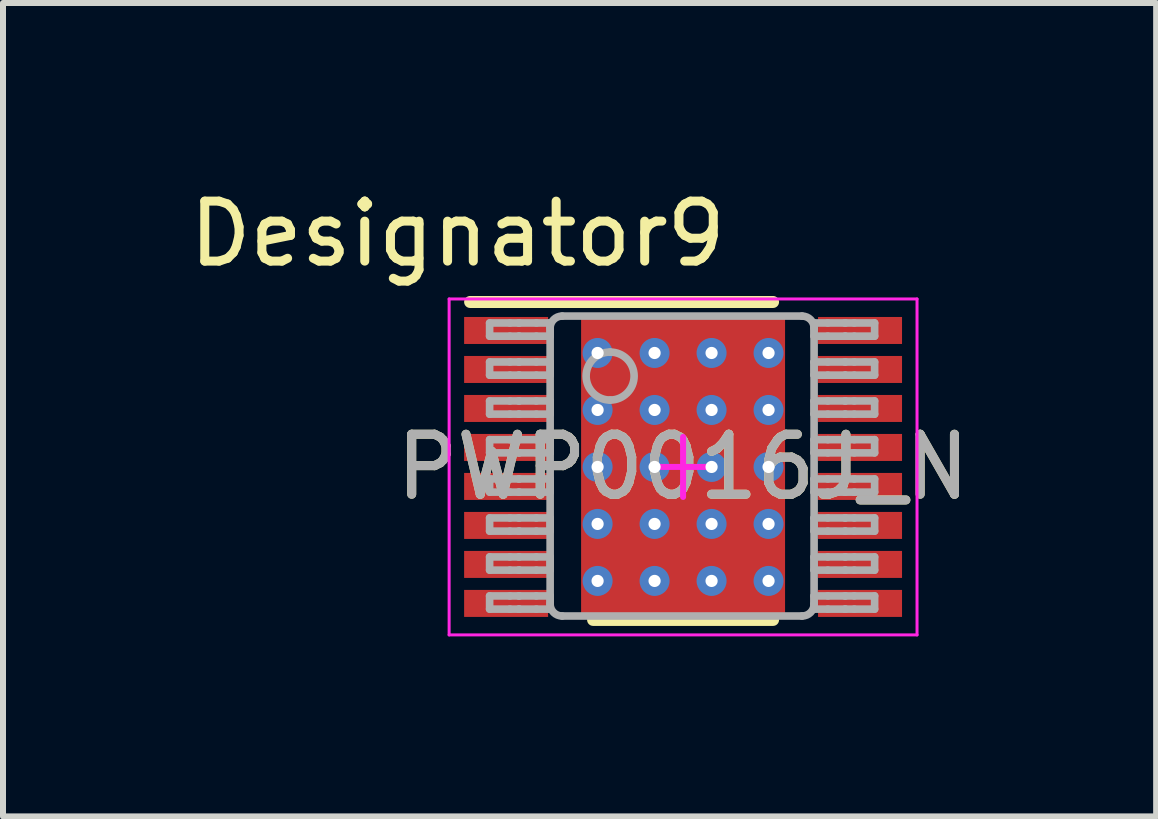
<source format=kicad_pcb>
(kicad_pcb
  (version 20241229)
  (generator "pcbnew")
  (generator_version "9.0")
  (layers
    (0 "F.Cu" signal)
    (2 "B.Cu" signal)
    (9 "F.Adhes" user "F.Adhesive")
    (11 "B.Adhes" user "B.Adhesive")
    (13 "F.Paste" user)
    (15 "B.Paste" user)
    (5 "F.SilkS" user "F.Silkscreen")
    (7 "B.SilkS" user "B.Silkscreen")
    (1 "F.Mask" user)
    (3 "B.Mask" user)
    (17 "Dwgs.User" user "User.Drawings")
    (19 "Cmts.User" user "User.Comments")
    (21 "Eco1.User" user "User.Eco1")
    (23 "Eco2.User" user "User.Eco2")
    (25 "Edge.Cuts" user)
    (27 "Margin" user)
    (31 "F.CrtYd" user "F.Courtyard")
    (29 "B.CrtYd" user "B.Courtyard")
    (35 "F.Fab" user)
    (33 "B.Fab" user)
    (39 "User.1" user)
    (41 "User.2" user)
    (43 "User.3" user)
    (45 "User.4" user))
  (footprint "PWP0016J_N"
    (layer "F.Cu")
    (at 8.337 4.734)
    (property "Reference" "PWP0016J_N" (at 0 0 0) (unlocked yes) (layer "F.SilkS") (effects (font (size 1 1) (thickness 0.15))))
    (attr through_hole)
    (fp_poly (pts (xy -1.23 1.726) (xy -1.23 -1.726) (xy -1.229 -1.735) (xy -1.226 -1.745) (xy -1.222 -1.753) (xy -1.216 -1.761) (xy -1.208 -1.767) (xy -1.2 -1.771) (xy -1.19 -1.774) (xy -1.181 -1.775) (xy 1.181 -1.775) (xy 1.19 -1.774) (xy 1.2 -1.771) (xy 1.208 -1.767) (xy 1.216 -1.761) (xy 1.222 -1.753) (xy 1.226 -1.745) (xy 1.229 -1.735) (xy 1.23 -1.726) (xy 1.23 1.726) (xy 1.229 1.735) (xy 1.226 1.745) (xy 1.222 1.753) (xy 1.216 1.761) (xy 1.208 1.767) (xy 1.2 1.771) (xy 1.19 1.774) (xy 1.181 1.775) (xy -1.181 1.775) (xy -1.19 1.774) (xy -1.2 1.771) (xy -1.208 1.767) (xy -1.216 1.761) (xy -1.222 1.753) (xy -1.226 1.745) (xy -1.229 1.735)) (stroke (width 0) (type solid)) (fill yes) (layer "F.Mask"))
    (fp_line (start -3.55 -2.75) (end 1.5 -2.75) (stroke (width 0.2) (type solid)) (layer "F.SilkS"))
    (fp_line (start -1.5 2.55) (end 1.5 2.55) (stroke (width 0.2) (type solid)) (layer "F.SilkS"))
    (fp_poly (pts (xy -1.23 1.726) (xy -1.23 -1.726) (xy -1.229 -1.735) (xy -1.226 -1.745) (xy -1.222 -1.753) (xy -1.216 -1.761) (xy -1.208 -1.767) (xy -1.2 -1.771) (xy -1.19 -1.774) (xy -1.181 -1.775) (xy 1.181 -1.775) (xy 1.19 -1.774) (xy 1.2 -1.771) (xy 1.208 -1.767) (xy 1.216 -1.761) (xy 1.222 -1.753) (xy 1.226 -1.745) (xy 1.229 -1.735) (xy 1.23 -1.726) (xy 1.23 1.726) (xy 1.229 1.735) (xy 1.226 1.745) (xy 1.222 1.753) (xy 1.216 1.761) (xy 1.208 1.767) (xy 1.2 1.771) (xy 1.19 1.774) (xy 1.181 1.775) (xy -1.181 1.775) (xy -1.19 1.774) (xy -1.2 1.771) (xy -1.208 1.767) (xy -1.216 1.761) (xy -1.222 1.753) (xy -1.226 1.745) (xy -1.229 1.735)) (stroke (width 0) (type solid)) (fill yes) (layer "F.Paste"))
    (fp_line (start -3.9 -2.8) (end 3.9 -2.8) (stroke (width 0.05) (type solid)) (layer "F.CrtYd"))
    (fp_line (start -3.9 2.8) (end -3.9 -2.8) (stroke (width 0.05) (type solid)) (layer "F.CrtYd"))
    (fp_line (start -3.9 2.8) (end 3.9 2.8) (stroke (width 0.05) (type solid)) (layer "F.CrtYd"))
    (fp_line (start -0.5 0) (end 0.5 0) (stroke (width 0.1) (type solid)) (layer "F.CrtYd"))
    (fp_line (start -0.000003 0.5) (end -0.000003 -0.5) (stroke (width 0.1) (type solid)) (layer "F.CrtYd"))
    (fp_line (start 3.9 2.8) (end 3.9 -2.8) (stroke (width 0.05) (type solid)) (layer "F.CrtYd"))
    (fp_line (start -3.225 -2.4) (end -2.887 -2.4) (stroke (width 0.127) (type solid)) (layer "F.Fab"))
    (fp_line (start -3.225 -2.18) (end -3.225 -2.4) (stroke (width 0.127) (type solid)) (layer "F.Fab"))
    (fp_line (start -3.225 -2.18) (end -2.887 -2.18) (stroke (width 0.127) (type solid)) (layer "F.Fab"))
    (fp_line (start -3.225 -1.75) (end -2.887 -1.75) (stroke (width 0.127) (type solid)) (layer "F.Fab"))
    (fp_line (start -3.225 -1.53) (end -3.225 -1.75) (stroke (width 0.127) (type solid)) (layer "F.Fab"))
    (fp_line (start -3.225 -1.53) (end -2.887 -1.53) (stroke (width 0.127) (type solid)) (layer "F.Fab"))
    (fp_line (start -3.225 -1.1) (end -2.887 -1.1) (stroke (width 0.127) (type solid)) (layer "F.Fab"))
    (fp_line (start -3.225 -0.88) (end -3.225 -1.1) (stroke (width 0.127) (type solid)) (layer "F.Fab"))
    (fp_line (start -3.225 -0.88) (end -2.887 -0.88) (stroke (width 0.127) (type solid)) (layer "F.Fab"))
    (fp_line (start -3.225 -0.455) (end -2.887 -0.455) (stroke (width 0.127) (type solid)) (layer "F.Fab"))
    (fp_line (start -3.225 -0.235) (end -3.225 -0.455) (stroke (width 0.127) (type solid)) (layer "F.Fab"))
    (fp_line (start -3.225 -0.235) (end -2.887 -0.235) (stroke (width 0.127) (type solid)) (layer "F.Fab"))
    (fp_line (start -3.225 0.2) (end -2.887 0.2) (stroke (width 0.127) (type solid)) (layer "F.Fab"))
    (fp_line (start -3.225 0.42) (end -3.225 0.2) (stroke (width 0.127) (type solid)) (layer "F.Fab"))
    (fp_line (start -3.225 0.42) (end -2.887 0.42) (stroke (width 0.127) (type solid)) (layer "F.Fab"))
    (fp_line (start -3.225 0.85) (end -2.887 0.85) (stroke (width 0.127) (type solid)) (layer "F.Fab"))
    (fp_line (start -3.225 1.07) (end -3.225 0.85) (stroke (width 0.127) (type solid)) (layer "F.Fab"))
    (fp_line (start -3.225 1.07) (end -2.887 1.07) (stroke (width 0.127) (type solid)) (layer "F.Fab"))
    (fp_line (start -3.225 1.5) (end -2.887 1.5) (stroke (width 0.127) (type solid)) (layer "F.Fab"))
    (fp_line (start -3.225 1.72) (end -3.225 1.5) (stroke (width 0.127) (type solid)) (layer "F.Fab"))
    (fp_line (start -3.225 1.72) (end -2.887 1.72) (stroke (width 0.127) (type solid)) (layer "F.Fab"))
    (fp_line (start -3.225 2.15) (end -2.887 2.15) (stroke (width 0.127) (type solid)) (layer "F.Fab"))
    (fp_line (start -3.225 2.37) (end -3.225 2.15) (stroke (width 0.127) (type solid)) (layer "F.Fab"))
    (fp_line (start -3.225 2.37) (end -2.887 2.37) (stroke (width 0.127) (type solid)) (layer "F.Fab"))
    (fp_line (start -2.887 -2.4) (end -2.739 -2.4) (stroke (width 0.127) (type solid)) (layer "F.Fab"))
    (fp_line (start -2.887 -2.18) (end -2.739 -2.18) (stroke (width 0.127) (type solid)) (layer "F.Fab"))
    (fp_line (start -2.887 -1.75) (end -2.739 -1.75) (stroke (width 0.127) (type solid)) (layer "F.Fab"))
    (fp_line (start -2.887 -1.53) (end -2.739 -1.53) (stroke (width 0.127) (type solid)) (layer "F.Fab"))
    (fp_line (start -2.887 -1.1) (end -2.739 -1.1) (stroke (width 0.127) (type solid)) (layer "F.Fab"))
    (fp_line (start -2.887 -0.88) (end -2.739 -0.88) (stroke (width 0.127) (type solid)) (layer "F.Fab"))
    (fp_line (start -2.887 -0.455) (end -2.739 -0.455) (stroke (width 0.127) (type solid)) (layer "F.Fab"))
    (fp_line (start -2.887 -0.235) (end -2.739 -0.235) (stroke (width 0.127) (type solid)) (layer "F.Fab"))
    (fp_line (start -2.887 0.2) (end -2.739 0.2) (stroke (width 0.127) (type solid)) (layer "F.Fab"))
    (fp_line (start -2.887 0.42) (end -2.739 0.42) (stroke (width 0.127) (type solid)) (layer "F.Fab"))
    (fp_line (start -2.887 0.85) (end -2.739 0.85) (stroke (width 0.127) (type solid)) (layer "F.Fab"))
    (fp_line (start -2.887 1.07) (end -2.739 1.07) (stroke (width 0.127) (type solid)) (layer "F.Fab"))
    (fp_line (start -2.887 1.5) (end -2.739 1.5) (stroke (width 0.127) (type solid)) (layer "F.Fab"))
    (fp_line (start -2.887 1.72) (end -2.739 1.72) (stroke (width 0.127) (type solid)) (layer "F.Fab"))
    (fp_line (start -2.887 2.15) (end -2.739 2.15) (stroke (width 0.127) (type solid)) (layer "F.Fab"))
    (fp_line (start -2.887 2.37) (end -2.739 2.37) (stroke (width 0.127) (type solid)) (layer "F.Fab"))
    (fp_line (start -2.739 -2.4) (end -2.73 -2.4) (stroke (width 0.127) (type solid)) (layer "F.Fab"))
    (fp_line (start -2.739 -2.18) (end -2.73 -2.18) (stroke (width 0.127) (type solid)) (layer "F.Fab"))
    (fp_line (start -2.739 -1.75) (end -2.73 -1.75) (stroke (width 0.127) (type solid)) (layer "F.Fab"))
    (fp_line (start -2.739 -1.53) (end -2.73 -1.53) (stroke (width 0.127) (type solid)) (layer "F.Fab"))
    (fp_line (start -2.739 -1.1) (end -2.73 -1.1) (stroke (width 0.127) (type solid)) (layer "F.Fab"))
    (fp_line (start -2.739 -0.88) (end -2.73 -0.88) (stroke (width 0.127) (type solid)) (layer "F.Fab"))
    (fp_line (start -2.739 -0.455) (end -2.73 -0.455) (stroke (width 0.127) (type solid)) (layer "F.Fab"))
    (fp_line (start -2.739 -0.235) (end -2.73 -0.235) (stroke (width 0.127) (type solid)) (layer "F.Fab"))
    (fp_line (start -2.739 0.2) (end -2.73 0.2) (stroke (width 0.127) (type solid)) (layer "F.Fab"))
    (fp_line (start -2.739 0.42) (end -2.73 0.42) (stroke (width 0.127) (type solid)) (layer "F.Fab"))
    (fp_line (start -2.739 0.85) (end -2.73 0.85) (stroke (width 0.127) (type solid)) (layer "F.Fab"))
    (fp_line (start -2.739 1.07) (end -2.73 1.07) (stroke (width 0.127) (type solid)) (layer "F.Fab"))
    (fp_line (start -2.739 1.5) (end -2.73 1.5) (stroke (width 0.127) (type solid)) (layer "F.Fab"))
    (fp_line (start -2.739 1.72) (end -2.73 1.72) (stroke (width 0.127) (type solid)) (layer "F.Fab"))
    (fp_line (start -2.739 2.15) (end -2.73 2.15) (stroke (width 0.127) (type solid)) (layer "F.Fab"))
    (fp_line (start -2.739 2.37) (end -2.73 2.37) (stroke (width 0.127) (type solid)) (layer "F.Fab"))
    (fp_line (start -2.73 -2.4) (end -2.446 -2.4) (stroke (width 0.127) (type solid)) (layer "F.Fab"))
    (fp_line (start -2.73 -2.18) (end -2.446 -2.18) (stroke (width 0.127) (type solid)) (layer "F.Fab"))
    (fp_line (start -2.73 -1.75) (end -2.446 -1.75) (stroke (width 0.127) (type solid)) (layer "F.Fab"))
    (fp_line (start -2.73 -1.53) (end -2.446 -1.53) (stroke (width 0.127) (type solid)) (layer "F.Fab"))
    (fp_line (start -2.73 -1.1) (end -2.446 -1.1) (stroke (width 0.127) (type solid)) (layer "F.Fab"))
    (fp_line (start -2.73 -0.88) (end -2.446 -0.88) (stroke (width 0.127) (type solid)) (layer "F.Fab"))
    (fp_line (start -2.73 -0.455) (end -2.446 -0.455) (stroke (width 0.127) (type solid)) (layer "F.Fab"))
    (fp_line (start -2.73 -0.235) (end -2.446 -0.235) (stroke (width 0.127) (type solid)) (layer "F.Fab"))
    (fp_line (start -2.73 0.2) (end -2.446 0.2) (stroke (width 0.127) (type solid)) (layer "F.Fab"))
    (fp_line (start -2.73 0.42) (end -2.446 0.42) (stroke (width 0.127) (type solid)) (layer "F.Fab"))
    (fp_line (start -2.73 0.85) (end -2.446 0.85) (stroke (width 0.127) (type solid)) (layer "F.Fab"))
    (fp_line (start -2.73 1.07) (end -2.446 1.07) (stroke (width 0.127) (type solid)) (layer "F.Fab"))
    (fp_line (start -2.73 1.5) (end -2.446 1.5) (stroke (width 0.127) (type solid)) (layer "F.Fab"))
    (fp_line (start -2.73 1.72) (end -2.446 1.72) (stroke (width 0.127) (type solid)) (layer "F.Fab"))
    (fp_line (start -2.73 2.15) (end -2.446 2.15) (stroke (width 0.127) (type solid)) (layer "F.Fab"))
    (fp_line (start -2.73 2.37) (end -2.446 2.37) (stroke (width 0.127) (type solid)) (layer "F.Fab"))
    (fp_line (start -2.446 -2.4) (end -2.216 -2.4) (stroke (width 0.127) (type solid)) (layer "F.Fab"))
    (fp_line (start -2.446 -2.18) (end -2.216 -2.18) (stroke (width 0.127) (type solid)) (layer "F.Fab"))
    (fp_line (start -2.446 -1.75) (end -2.216 -1.75) (stroke (width 0.127) (type solid)) (layer "F.Fab"))
    (fp_line (start -2.446 -1.53) (end -2.216 -1.53) (stroke (width 0.127) (type solid)) (layer "F.Fab"))
    (fp_line (start -2.446 -1.1) (end -2.216 -1.1) (stroke (width 0.127) (type solid)) (layer "F.Fab"))
    (fp_line (start -2.446 -0.88) (end -2.216 -0.88) (stroke (width 0.127) (type solid)) (layer "F.Fab"))
    (fp_line (start -2.446 -0.455) (end -2.216 -0.455) (stroke (width 0.127) (type solid)) (layer "F.Fab"))
    (fp_line (start -2.446 -0.235) (end -2.216 -0.235) (stroke (width 0.127) (type solid)) (layer "F.Fab"))
    (fp_line (start -2.446 0.2) (end -2.216 0.2) (stroke (width 0.127) (type solid)) (layer "F.Fab"))
    (fp_line (start -2.446 0.42) (end -2.216 0.42) (stroke (width 0.127) (type solid)) (layer "F.Fab"))
    (fp_line (start -2.446 0.85) (end -2.216 0.85) (stroke (width 0.127) (type solid)) (layer "F.Fab"))
    (fp_line (start -2.446 1.07) (end -2.216 1.07) (stroke (width 0.127) (type solid)) (layer "F.Fab"))
    (fp_line (start -2.446 1.5) (end -2.216 1.5) (stroke (width 0.127) (type solid)) (layer "F.Fab"))
    (fp_line (start -2.446 1.72) (end -2.216 1.72) (stroke (width 0.127) (type solid)) (layer "F.Fab"))
    (fp_line (start -2.446 2.15) (end -2.216 2.15) (stroke (width 0.127) (type solid)) (layer "F.Fab"))
    (fp_line (start -2.446 2.37) (end -2.216 2.37) (stroke (width 0.127) (type solid)) (layer "F.Fab"))
    (fp_line (start -2.216 -2.18) (end -2.216 -2.4) (stroke (width 0.127) (type solid)) (layer "F.Fab"))
    (fp_line (start -2.216 -1.53) (end -2.216 -1.75) (stroke (width 0.127) (type solid)) (layer "F.Fab"))
    (fp_line (start -2.216 -0.88) (end -2.216 -1.1) (stroke (width 0.127) (type solid)) (layer "F.Fab"))
    (fp_line (start -2.216 -0.235) (end -2.216 -0.455) (stroke (width 0.127) (type solid)) (layer "F.Fab"))
    (fp_line (start -2.216 0.42) (end -2.216 0.2) (stroke (width 0.127) (type solid)) (layer "F.Fab"))
    (fp_line (start -2.216 1.07) (end -2.216 0.85) (stroke (width 0.127) (type solid)) (layer "F.Fab"))
    (fp_line (start -2.216 1.72) (end -2.216 1.5) (stroke (width 0.127) (type solid)) (layer "F.Fab"))
    (fp_line (start -2.216 2.285) (end -2.216 -2.315) (stroke (width 0.127) (type solid)) (layer "F.Fab"))
    (fp_line (start -2.216 2.37) (end -2.216 2.15) (stroke (width 0.127) (type solid)) (layer "F.Fab"))
    (fp_line (start -2.016 -2.515) (end 1.984 -2.515) (stroke (width 0.127) (type solid)) (layer "F.Fab"))
    (fp_line (start -2.016 2.485) (end 1.984 2.485) (stroke (width 0.127) (type solid)) (layer "F.Fab"))
    (fp_line (start 2.184 -2.4) (end 2.413 -2.4) (stroke (width 0.127) (type solid)) (layer "F.Fab"))
    (fp_line (start 2.184 -2.18) (end 2.184 -2.4) (stroke (width 0.127) (type solid)) (layer "F.Fab"))
    (fp_line (start 2.184 -2.18) (end 2.413 -2.18) (stroke (width 0.127) (type solid)) (layer "F.Fab"))
    (fp_line (start 2.184 -1.75) (end 2.413 -1.75) (stroke (width 0.127) (type solid)) (layer "F.Fab"))
    (fp_line (start 2.184 -1.53) (end 2.184 -1.75) (stroke (width 0.127) (type solid)) (layer "F.Fab"))
    (fp_line (start 2.184 -1.53) (end 2.413 -1.53) (stroke (width 0.127) (type solid)) (layer "F.Fab"))
    (fp_line (start 2.184 -1.1) (end 2.413 -1.1) (stroke (width 0.127) (type solid)) (layer "F.Fab"))
    (fp_line (start 2.184 -0.88) (end 2.184 -1.1) (stroke (width 0.127) (type solid)) (layer "F.Fab"))
    (fp_line (start 2.184 -0.88) (end 2.413 -0.88) (stroke (width 0.127) (type solid)) (layer "F.Fab"))
    (fp_line (start 2.184 -0.455) (end 2.413 -0.455) (stroke (width 0.127) (type solid)) (layer "F.Fab"))
    (fp_line (start 2.184 -0.235) (end 2.184 -0.455) (stroke (width 0.127) (type solid)) (layer "F.Fab"))
    (fp_line (start 2.184 -0.235) (end 2.413 -0.235) (stroke (width 0.127) (type solid)) (layer "F.Fab"))
    (fp_line (start 2.184 0.2) (end 2.413 0.2) (stroke (width 0.127) (type solid)) (layer "F.Fab"))
    (fp_line (start 2.184 0.42) (end 2.184 0.2) (stroke (width 0.127) (type solid)) (layer "F.Fab"))
    (fp_line (start 2.184 0.42) (end 2.413 0.42) (stroke (width 0.127) (type solid)) (layer "F.Fab"))
    (fp_line (start 2.184 0.85) (end 2.413 0.85) (stroke (width 0.127) (type solid)) (layer "F.Fab"))
    (fp_line (start 2.184 1.07) (end 2.184 0.85) (stroke (width 0.127) (type solid)) (layer "F.Fab"))
    (fp_line (start 2.184 1.07) (end 2.413 1.07) (stroke (width 0.127) (type solid)) (layer "F.Fab"))
    (fp_line (start 2.184 1.5) (end 2.413 1.5) (stroke (width 0.127) (type solid)) (layer "F.Fab"))
    (fp_line (start 2.184 1.72) (end 2.184 1.5) (stroke (width 0.127) (type solid)) (layer "F.Fab"))
    (fp_line (start 2.184 1.72) (end 2.413 1.72) (stroke (width 0.127) (type solid)) (layer "F.Fab"))
    (fp_line (start 2.184 2.15) (end 2.413 2.15) (stroke (width 0.127) (type solid)) (layer "F.Fab"))
    (fp_line (start 2.184 2.285) (end 2.184 -2.315) (stroke (width 0.127) (type solid)) (layer "F.Fab"))
    (fp_line (start 2.184 2.37) (end 2.184 2.15) (stroke (width 0.127) (type solid)) (layer "F.Fab"))
    (fp_line (start 2.184 2.37) (end 2.413 2.37) (stroke (width 0.127) (type solid)) (layer "F.Fab"))
    (fp_line (start 2.413 -2.4) (end 2.698 -2.4) (stroke (width 0.127) (type solid)) (layer "F.Fab"))
    (fp_line (start 2.413 -2.18) (end 2.698 -2.18) (stroke (width 0.127) (type solid)) (layer "F.Fab"))
    (fp_line (start 2.413 -1.75) (end 2.698 -1.75) (stroke (width 0.127) (type solid)) (layer "F.Fab"))
    (fp_line (start 2.413 -1.53) (end 2.698 -1.53) (stroke (width 0.127) (type solid)) (layer "F.Fab"))
    (fp_line (start 2.413 -1.1) (end 2.698 -1.1) (stroke (width 0.127) (type solid)) (layer "F.Fab"))
    (fp_line (start 2.413 -0.88) (end 2.698 -0.88) (stroke (width 0.127) (type solid)) (layer "F.Fab"))
    (fp_line (start 2.413 -0.455) (end 2.698 -0.455) (stroke (width 0.127) (type solid)) (layer "F.Fab"))
    (fp_line (start 2.413 -0.235) (end 2.698 -0.235) (stroke (width 0.127) (type solid)) (layer "F.Fab"))
    (fp_line (start 2.413 0.2) (end 2.698 0.2) (stroke (width 0.127) (type solid)) (layer "F.Fab"))
    (fp_line (start 2.413 0.42) (end 2.698 0.42) (stroke (width 0.127) (type solid)) (layer "F.Fab"))
    (fp_line (start 2.413 0.85) (end 2.698 0.85) (stroke (width 0.127) (type solid)) (layer "F.Fab"))
    (fp_line (start 2.413 1.07) (end 2.698 1.07) (stroke (width 0.127) (type solid)) (layer "F.Fab"))
    (fp_line (start 2.413 1.5) (end 2.698 1.5) (stroke (width 0.127) (type solid)) (layer "F.Fab"))
    (fp_line (start 2.413 1.72) (end 2.698 1.72) (stroke (width 0.127) (type solid)) (layer "F.Fab"))
    (fp_line (start 2.413 2.15) (end 2.698 2.15) (stroke (width 0.127) (type solid)) (layer "F.Fab"))
    (fp_line (start 2.413 2.37) (end 2.698 2.37) (stroke (width 0.127) (type solid)) (layer "F.Fab"))
    (fp_line (start 2.698 -2.4) (end 2.707 -2.4) (stroke (width 0.127) (type solid)) (layer "F.Fab"))
    (fp_line (start 2.698 -2.18) (end 2.707 -2.18) (stroke (width 0.127) (type solid)) (layer "F.Fab"))
    (fp_line (start 2.698 -1.75) (end 2.707 -1.75) (stroke (width 0.127) (type solid)) (layer "F.Fab"))
    (fp_line (start 2.698 -1.53) (end 2.707 -1.53) (stroke (width 0.127) (type solid)) (layer "F.Fab"))
    (fp_line (start 2.698 -1.1) (end 2.707 -1.1) (stroke (width 0.127) (type solid)) (layer "F.Fab"))
    (fp_line (start 2.698 -0.88) (end 2.707 -0.88) (stroke (width 0.127) (type solid)) (layer "F.Fab"))
    (fp_line (start 2.698 -0.455) (end 2.707 -0.455) (stroke (width 0.127) (type solid)) (layer "F.Fab"))
    (fp_line (start 2.698 -0.235) (end 2.707 -0.235) (stroke (width 0.127) (type solid)) (layer "F.Fab"))
    (fp_line (start 2.698 0.2) (end 2.707 0.2) (stroke (width 0.127) (type solid)) (layer "F.Fab"))
    (fp_line (start 2.698 0.42) (end 2.707 0.42) (stroke (width 0.127) (type solid)) (layer "F.Fab"))
    (fp_line (start 2.698 0.85) (end 2.707 0.85) (stroke (width 0.127) (type solid)) (layer "F.Fab"))
    (fp_line (start 2.698 1.07) (end 2.707 1.07) (stroke (width 0.127) (type solid)) (layer "F.Fab"))
    (fp_line (start 2.698 1.5) (end 2.707 1.5) (stroke (width 0.127) (type solid)) (layer "F.Fab"))
    (fp_line (start 2.698 1.72) (end 2.707 1.72) (stroke (width 0.127) (type solid)) (layer "F.Fab"))
    (fp_line (start 2.698 2.15) (end 2.707 2.15) (stroke (width 0.127) (type solid)) (layer "F.Fab"))
    (fp_line (start 2.698 2.37) (end 2.707 2.37) (stroke (width 0.127) (type solid)) (layer "F.Fab"))
    (fp_line (start 2.707 -2.4) (end 2.854 -2.4) (stroke (width 0.127) (type solid)) (layer "F.Fab"))
    (fp_line (start 2.707 -2.18) (end 2.854 -2.18) (stroke (width 0.127) (type solid)) (layer "F.Fab"))
    (fp_line (start 2.707 -1.75) (end 2.854 -1.75) (stroke (width 0.127) (type solid)) (layer "F.Fab"))
    (fp_line (start 2.707 -1.53) (end 2.854 -1.53) (stroke (width 0.127) (type solid)) (layer "F.Fab"))
    (fp_line (start 2.707 -1.1) (end 2.854 -1.1) (stroke (width 0.127) (type solid)) (layer "F.Fab"))
    (fp_line (start 2.707 -0.88) (end 2.854 -0.88) (stroke (width 0.127) (type solid)) (layer "F.Fab"))
    (fp_line (start 2.707 -0.455) (end 2.854 -0.455) (stroke (width 0.127) (type solid)) (layer "F.Fab"))
    (fp_line (start 2.707 -0.235) (end 2.854 -0.235) (stroke (width 0.127) (type solid)) (layer "F.Fab"))
    (fp_line (start 2.707 0.2) (end 2.854 0.2) (stroke (width 0.127) (type solid)) (layer "F.Fab"))
    (fp_line (start 2.707 0.42) (end 2.854 0.42) (stroke (width 0.127) (type solid)) (layer "F.Fab"))
    (fp_line (start 2.707 0.85) (end 2.854 0.85) (stroke (width 0.127) (type solid)) (layer "F.Fab"))
    (fp_line (start 2.707 1.07) (end 2.854 1.07) (stroke (width 0.127) (type solid)) (layer "F.Fab"))
    (fp_line (start 2.707 1.5) (end 2.854 1.5) (stroke (width 0.127) (type solid)) (layer "F.Fab"))
    (fp_line (start 2.707 1.72) (end 2.854 1.72) (stroke (width 0.127) (type solid)) (layer "F.Fab"))
    (fp_line (start 2.707 2.15) (end 2.854 2.15) (stroke (width 0.127) (type solid)) (layer "F.Fab"))
    (fp_line (start 2.707 2.37) (end 2.854 2.37) (stroke (width 0.127) (type solid)) (layer "F.Fab"))
    (fp_line (start 2.854 -2.4) (end 3.193 -2.4) (stroke (width 0.127) (type solid)) (layer "F.Fab"))
    (fp_line (start 2.854 -2.18) (end 3.193 -2.18) (stroke (width 0.127) (type solid)) (layer "F.Fab"))
    (fp_line (start 2.854 -1.75) (end 3.193 -1.75) (stroke (width 0.127) (type solid)) (layer "F.Fab"))
    (fp_line (start 2.854 -1.53) (end 3.193 -1.53) (stroke (width 0.127) (type solid)) (layer "F.Fab"))
    (fp_line (start 2.854 -1.1) (end 3.193 -1.1) (stroke (width 0.127) (type solid)) (layer "F.Fab"))
    (fp_line (start 2.854 -0.88) (end 3.193 -0.88) (stroke (width 0.127) (type solid)) (layer "F.Fab"))
    (fp_line (start 2.854 -0.455) (end 3.193 -0.455) (stroke (width 0.127) (type solid)) (layer "F.Fab"))
    (fp_line (start 2.854 -0.235) (end 3.193 -0.235) (stroke (width 0.127) (type solid)) (layer "F.Fab"))
    (fp_line (start 2.854 0.2) (end 3.193 0.2) (stroke (width 0.127) (type solid)) (layer "F.Fab"))
    (fp_line (start 2.854 0.42) (end 3.193 0.42) (stroke (width 0.127) (type solid)) (layer "F.Fab"))
    (fp_line (start 2.854 0.85) (end 3.193 0.85) (stroke (width 0.127) (type solid)) (layer "F.Fab"))
    (fp_line (start 2.854 1.07) (end 3.193 1.07) (stroke (width 0.127) (type solid)) (layer "F.Fab"))
    (fp_line (start 2.854 1.5) (end 3.193 1.5) (stroke (width 0.127) (type solid)) (layer "F.Fab"))
    (fp_line (start 2.854 1.72) (end 3.193 1.72) (stroke (width 0.127) (type solid)) (layer "F.Fab"))
    (fp_line (start 2.854 2.15) (end 3.193 2.15) (stroke (width 0.127) (type solid)) (layer "F.Fab"))
    (fp_line (start 2.854 2.37) (end 3.193 2.37) (stroke (width 0.127) (type solid)) (layer "F.Fab"))
    (fp_line (start 3.193 -2.18) (end 3.193 -2.4) (stroke (width 0.127) (type solid)) (layer "F.Fab"))
    (fp_line (start 3.193 -1.53) (end 3.193 -1.75) (stroke (width 0.127) (type solid)) (layer "F.Fab"))
    (fp_line (start 3.193 -0.88) (end 3.193 -1.1) (stroke (width 0.127) (type solid)) (layer "F.Fab"))
    (fp_line (start 3.193 -0.235) (end 3.193 -0.455) (stroke (width 0.127) (type solid)) (layer "F.Fab"))
    (fp_line (start 3.193 0.42) (end 3.193 0.2) (stroke (width 0.127) (type solid)) (layer "F.Fab"))
    (fp_line (start 3.193 1.07) (end 3.193 0.85) (stroke (width 0.127) (type solid)) (layer "F.Fab"))
    (fp_line (start 3.193 1.72) (end 3.193 1.5) (stroke (width 0.127) (type solid)) (layer "F.Fab"))
    (fp_line (start 3.193 2.37) (end 3.193 2.15) (stroke (width 0.127) (type solid)) (layer "F.Fab"))
    (fp_arc (start -2.216137 -2.314986) (mid -2.157559 -2.456407) (end -2.016138 -2.514986) (stroke (width 0.127) (type solid)) (layer "F.Fab"))
    (fp_arc (start -2.016137 2.485004) (mid -2.157559 2.426426) (end -2.216137 2.285004) (stroke (width 0.127) (type solid)) (layer "F.Fab"))
    (fp_arc (start -1.216139 -1.914987) (mid -0.81614 -1.514988) (end -1.216139 -1.114989) (stroke (width 0.127) (type solid)) (layer "F.Fab"))
    (fp_arc (start -1.216139 -1.114989) (mid -1.616139 -1.514988) (end -1.216139 -1.914987) (stroke (width 0.127) (type solid)) (layer "F.Fab"))
    (fp_arc (start 1.983854 -2.514986) (mid 2.125275 -2.456408) (end 2.183854 -2.314986) (stroke (width 0.127) (type solid)) (layer "F.Fab"))
    (fp_arc (start 2.183854 2.285004) (mid 2.125275 2.426425) (end 1.983854 2.485004) (stroke (width 0.127) (type solid)) (layer "F.Fab"))
    (fp_text user "Designator9" (at -3.759 -3.886 0) (unlocked yes) (layer "F.SilkS") (effects (font (size 1 1) (thickness 0.15))))
    (fp_text user "${REFERENCE}" (at 0 0 0) (unlocked yes) (layer "F.Fab") (effects (font (size 1 1) (thickness 0.15))))
    (pad "1" smd rect (at -2.95 -2.275 90) (size 0.45 1.4) (layers "F.Cu" "F.Mask" "F.Paste"))
    (pad "2" smd rect (at -2.95 -1.625 90) (size 0.45 1.4) (layers "F.Cu" "F.Mask" "F.Paste"))
    (pad "3" smd rect (at -2.95 -0.975 90) (size 0.45 1.4) (layers "F.Cu" "F.Mask" "F.Paste"))
    (pad "4" smd rect (at -2.95 -0.325 90) (size 0.45 1.4) (layers "F.Cu" "F.Mask" "F.Paste"))
    (pad "5" smd rect (at -2.95 0.325 90) (size 0.45 1.4) (layers "F.Cu" "F.Mask" "F.Paste"))
    (pad "6" smd rect (at -2.95 0.975 90) (size 0.45 1.4) (layers "F.Cu" "F.Mask" "F.Paste"))
    (pad "7" smd rect (at -2.95 1.625 90) (size 0.45 1.4) (layers "F.Cu" "F.Mask" "F.Paste"))
    (pad "8" smd rect (at -2.95 2.275 90) (size 0.45 1.4) (layers "F.Cu" "F.Mask" "F.Paste"))
    (pad "9" smd rect (at 2.95 2.275 90) (size 0.45 1.4) (layers "F.Cu" "F.Mask" "F.Paste"))
    (pad "10" smd rect (at 2.95 1.625 90) (size 0.45 1.4) (layers "F.Cu" "F.Mask" "F.Paste"))
    (pad "11" smd rect (at 2.95 0.975 90) (size 0.45 1.4) (layers "F.Cu" "F.Mask" "F.Paste"))
    (pad "12" smd rect (at 2.95 0.325 90) (size 0.45 1.4) (layers "F.Cu" "F.Mask" "F.Paste"))
    (pad "13" smd rect (at 2.95 -0.325 90) (size 0.45 1.4) (layers "F.Cu" "F.Mask" "F.Paste"))
    (pad "14" smd rect (at 2.95 -0.975 90) (size 0.45 1.4) (layers "F.Cu" "F.Mask" "F.Paste"))
    (pad "15" smd rect (at 2.95 -1.625 90) (size 0.45 1.4) (layers "F.Cu" "F.Mask" "F.Paste"))
    (pad "16" smd rect (at 2.95 -2.275 90) (size 0.45 1.4) (layers "F.Cu" "F.Mask" "F.Paste"))
    (pad "17" smd rect (at 0 0) (size 3.4 5) (layers "F.Cu" "F.Mask" "F.Paste"))
    (pad "V" thru_hole circle (at -1.425 -1.9) (size 0.5 0.5) (drill 0.203) (layers "*.Cu" "*.Mask"))
    (pad "V" thru_hole circle (at -1.425 -0.95) (size 0.5 0.5) (drill 0.203) (layers "*.Cu" "*.Mask"))
    (pad "V" thru_hole circle (at -1.425 0) (size 0.5 0.5) (drill 0.203) (layers "*.Cu" "*.Mask"))
    (pad "V" thru_hole circle (at -1.425 0.95) (size 0.5 0.5) (drill 0.203) (layers "*.Cu" "*.Mask"))
    (pad "V" thru_hole circle (at -1.425 1.9) (size 0.5 0.5) (drill 0.203) (layers "*.Cu" "*.Mask"))
    (pad "V" thru_hole circle (at -0.475 -1.9) (size 0.5 0.5) (drill 0.203) (layers "*.Cu" "*.Mask"))
    (pad "V" thru_hole circle (at -0.475 -0.95) (size 0.5 0.5) (drill 0.203) (layers "*.Cu" "*.Mask"))
    (pad "V" thru_hole circle (at -0.475 0) (size 0.5 0.5) (drill 0.203) (layers "*.Cu" "*.Mask"))
    (pad "V" thru_hole circle (at -0.475 0.95) (size 0.5 0.5) (drill 0.203) (layers "*.Cu" "*.Mask"))
    (pad "V" thru_hole circle (at -0.475 1.9) (size 0.5 0.5) (drill 0.203) (layers "*.Cu" "*.Mask"))
    (pad "V" thru_hole circle (at 0.475 -1.9) (size 0.5 0.5) (drill 0.203) (layers "*.Cu" "*.Mask"))
    (pad "V" thru_hole circle (at 0.475 -0.95) (size 0.5 0.5) (drill 0.203) (layers "*.Cu" "*.Mask"))
    (pad "V" thru_hole circle (at 0.475 0) (size 0.5 0.5) (drill 0.203) (layers "*.Cu" "*.Mask"))
    (pad "V" thru_hole circle (at 0.475 0.95) (size 0.5 0.5) (drill 0.203) (layers "*.Cu" "*.Mask"))
    (pad "V" thru_hole circle (at 0.475 1.9) (size 0.5 0.5) (drill 0.203) (layers "*.Cu" "*.Mask"))
    (pad "V" thru_hole circle (at 1.425 -1.9) (size 0.5 0.5) (drill 0.203) (layers "*.Cu" "*.Mask"))
    (pad "V" thru_hole circle (at 1.425 -0.95) (size 0.5 0.5) (drill 0.203) (layers "*.Cu" "*.Mask"))
    (pad "V" thru_hole circle (at 1.425 0) (size 0.5 0.5) (drill 0.203) (layers "*.Cu" "*.Mask"))
    (pad "V" thru_hole circle (at 1.425 0.95) (size 0.5 0.5) (drill 0.203) (layers "*.Cu" "*.Mask"))
    (pad "V" thru_hole circle (at 1.425 1.9) (size 0.5 0.5) (drill 0.203) (layers "*.Cu" "*.Mask")))
  (gr_rect
    (start -3 -3)
    (end 16.223 10.559)
    (stroke (width 0.1) (type default))
    (fill no)
    (layer "Edge.Cuts")))
</source>
